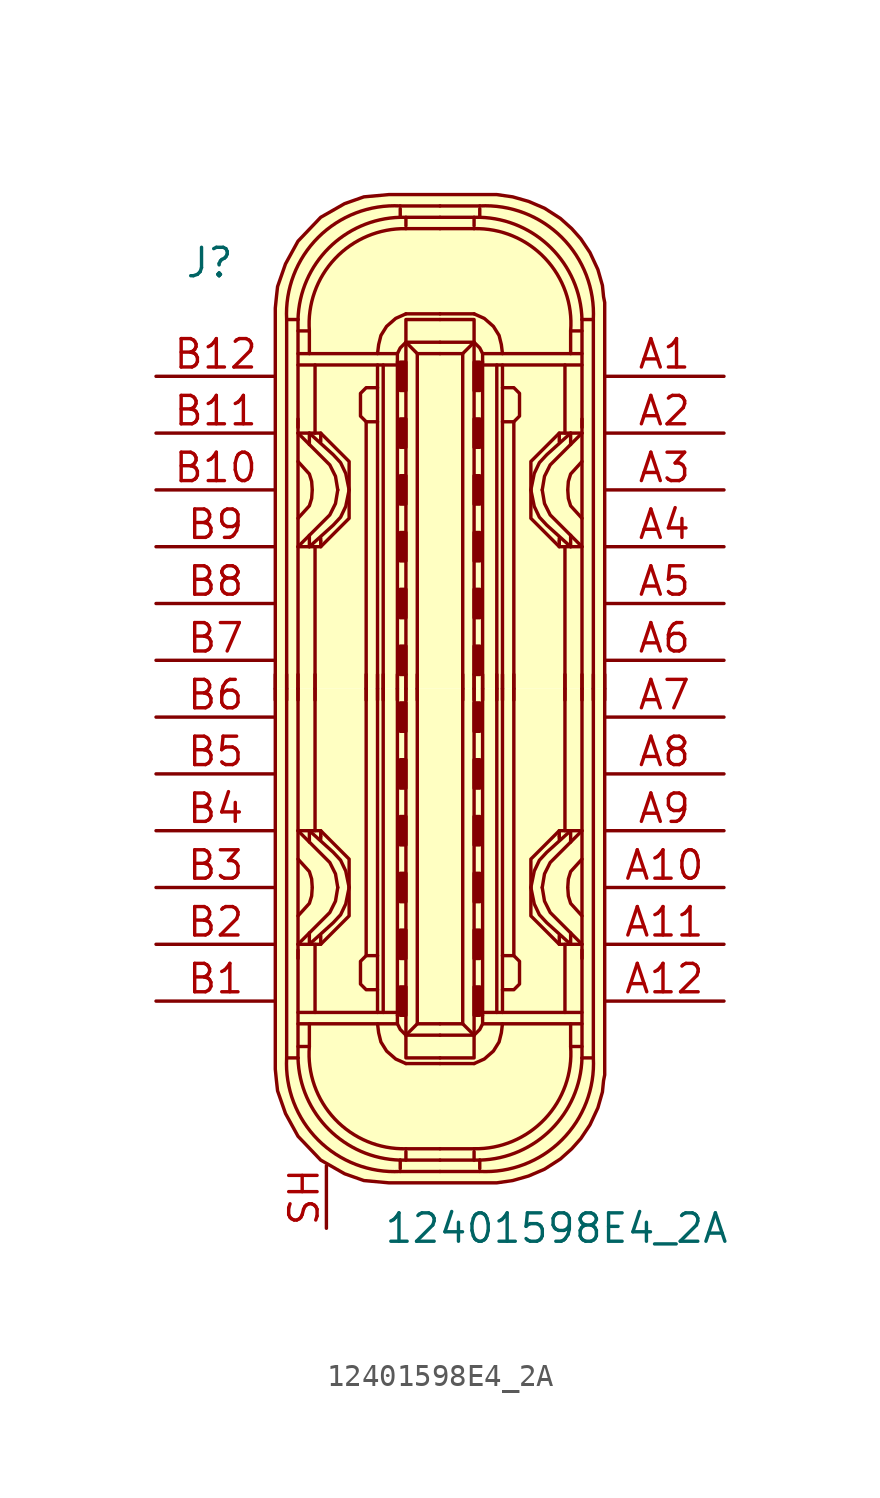
<source format=kicad_sym>
(kicad_symbol_lib
  (version 20220914)
  (generator kicad_symbol_editor)
  (symbol "12401598E4_2A"
    (pin_names
      (offset 1.016))
    (property "Reference" "J"
      (at -11.43 19.05 0)
      (effects (font (size 1.27 1.27)) (justify left)))
    (property "Value" "12401598E4_2A"
      (at -2.54 -24.13 0)
      (effects (font (size 1.27 1.27)) (justify left)))
    (symbol "12401598E4_2A_1_1"
      (arc (start -6.858 -16.51) (mid -5.4492 -20.1812) (end -1.778 -21.59) (stroke (width 0) (type solid)) (fill (type none)))
      (arc (start -6.35 -16.51) (mid -4.9749 -19.7069) (end -1.778 -21.082) (stroke (width 0) (type solid)) (fill (type none)))
      (arc (start -5.842 -16.002) (mid -4.6972 -19.2495) (end -1.524 -20.574) (stroke (width 0) (type solid)) (fill (type none)))
      (rectangle (start -1.778 -14.605) (end -1.524 -13.335) (stroke (width 0) (type solid)) (fill (type outline)))
      (rectangle (start -1.778 -12.065) (end -1.524 -10.795) (stroke (width 0) (type solid)) (fill (type outline)))
      (rectangle (start -1.778 -9.525) (end -1.524 -8.255) (stroke (width 0) (type solid)) (fill (type outline)))
      (rectangle (start -1.778 -6.985) (end -1.524 -5.715) (stroke (width 0) (type solid)) (fill (type outline)))
      (rectangle (start -1.778 -4.445) (end -1.524 -3.175) (stroke (width 0) (type solid)) (fill (type outline)))
      (rectangle (start -1.778 -1.905) (end -1.524 -0.635) (stroke (width 0) (type solid)) (fill (type outline)))
      (rectangle (start -1.778 1.905) (end -1.524 0.635) (stroke (width 0) (type solid)) (fill (type outline)))
      (rectangle (start -1.778 4.445) (end -1.524 3.175) (stroke (width 0) (type solid)) (fill (type outline)))
      (rectangle (start -1.778 6.985) (end -1.524 5.715) (stroke (width 0) (type solid)) (fill (type outline)))
      (rectangle (start -1.778 9.525) (end -1.524 8.255) (stroke (width 0) (type solid)) (fill (type outline)))
      (rectangle (start -1.778 12.065) (end -1.524 10.795) (stroke (width 0) (type solid)) (fill (type outline)))
      (rectangle (start -1.778 14.605) (end -1.524 13.335) (stroke (width 0) (type solid)) (fill (type outline)))
      (arc (start -1.778 21.082) (mid -4.9749 19.7069) (end -6.35 16.51) (stroke (width 0) (type solid)) (fill (type none)))
      (arc (start -1.778 21.59) (mid -5.4492 20.1812) (end -6.858 16.51) (stroke (width 0) (type solid)) (fill (type none)))
      (arc (start -1.524 20.574) (mid -4.6883 19.2412) (end -5.842 16.002) (stroke (width 0) (type solid)) (fill (type none)))
      (polyline (pts (xy -7.366 -0.508) (xy -7.366 0.635)) (stroke (width 0) (type solid)) (fill (type none)))
      (polyline (pts (xy -6.858 -0.508) (xy -6.858 0.635)) (stroke (width 0) (type solid)) (fill (type none)))
      (polyline (pts (xy -6.35 -14.986) (xy -1.905 -14.986)) (stroke (width 0) (type solid)) (fill (type none)))
      (polyline (pts (xy -6.35 -12.065) (xy -6.35 0)) (stroke (width 0) (type solid)) (fill (type none)))
      (polyline (pts (xy -6.35 -0.508) (xy -6.35 0.635)) (stroke (width 0) (type solid)) (fill (type none)))
      (polyline (pts (xy -6.35 12.065) (xy -6.35 0)) (stroke (width 0) (type solid)) (fill (type none)))
      (polyline (pts (xy -6.35 14.986) (xy -1.905 14.986)) (stroke (width 0) (type solid)) (fill (type none)))
      (polyline (pts (xy -5.842 -11.43) (xy -5.842 -10.922)) (stroke (width 0) (type solid)) (fill (type none)))
      (polyline (pts (xy -5.842 -6.35) (xy -5.842 -6.858)) (stroke (width 0) (type solid)) (fill (type none)))
      (polyline (pts (xy -5.842 6.35) (xy -5.842 6.858)) (stroke (width 0) (type solid)) (fill (type none)))
      (polyline (pts (xy -5.842 11.43) (xy -5.842 10.922)) (stroke (width 0) (type solid)) (fill (type none)))
      (polyline (pts (xy -5.588 -14.478) (xy -5.588 -11.43)) (stroke (width 0) (type solid)) (fill (type none)))
      (polyline (pts (xy -5.588 -6.35) (xy -5.588 0)) (stroke (width 0) (type solid)) (fill (type none)))
      (polyline (pts (xy -5.588 -0.508) (xy -5.588 0.635)) (stroke (width 0) (type solid)) (fill (type none)))
      (polyline (pts (xy -5.588 6.35) (xy -5.588 0)) (stroke (width 0) (type solid)) (fill (type none)))
      (polyline (pts (xy -5.588 14.478) (xy -5.588 11.43)) (stroke (width 0) (type solid)) (fill (type none)))
      (polyline (pts (xy -5.334 -11.43) (xy -5.334 -11.049)) (stroke (width 0) (type solid)) (fill (type none)))
      (polyline (pts (xy -5.334 -6.604) (xy -5.334 -6.731)) (stroke (width 0) (type solid)) (fill (type none)))
      (polyline (pts (xy -5.334 -6.35) (xy -5.334 -6.604)) (stroke (width 0) (type solid)) (fill (type none)))
      (polyline (pts (xy -5.334 6.35) (xy -5.334 6.604)) (stroke (width 0) (type solid)) (fill (type none)))
      (polyline (pts (xy -5.334 6.604) (xy -5.334 6.731)) (stroke (width 0) (type solid)) (fill (type none)))
      (polyline (pts (xy -5.334 11.43) (xy -5.334 11.049)) (stroke (width 0) (type solid)) (fill (type none)))
      (polyline (pts (xy -3.302 -0.508) (xy -3.302 0.635)) (stroke (width 0) (type solid)) (fill (type none)))
      (polyline (pts (xy -3.302 0) (xy -3.302 -11.938)) (stroke (width 0) (type solid)) (fill (type none)))
      (polyline (pts (xy -3.302 0) (xy -3.302 11.938)) (stroke (width 0) (type solid)) (fill (type none)))
      (polyline (pts (xy -2.794 -0.508) (xy -2.794 0.635)) (stroke (width 0) (type solid)) (fill (type none)))
      (polyline (pts (xy -2.794 0) (xy -2.794 -14.478)) (stroke (width 0) (type solid)) (fill (type none)))
      (polyline (pts (xy -2.794 0) (xy -2.794 14.478)) (stroke (width 0) (type solid)) (fill (type none)))
      (polyline (pts (xy -2.54 -14.478) (xy -2.54 0)) (stroke (width 0) (type solid)) (fill (type none)))
      (polyline (pts (xy -2.54 -0.508) (xy -2.54 0.635)) (stroke (width 0) (type solid)) (fill (type none)))
      (polyline (pts (xy -2.54 14.478) (xy -2.54 0)) (stroke (width 0) (type solid)) (fill (type none)))
      (polyline (pts (xy -1.905 -14.478) (xy -6.35 -14.478)) (stroke (width 0) (type solid)) (fill (type none)))
      (polyline (pts (xy -1.905 -0.508) (xy -1.905 0.635)) (stroke (width 0) (type solid)) (fill (type none)))
      (polyline (pts (xy -1.905 0) (xy -1.905 -14.605)) (stroke (width 0) (type solid)) (fill (type none)))
      (polyline (pts (xy -1.905 0) (xy -1.905 14.605)) (stroke (width 0) (type solid)) (fill (type none)))
      (polyline (pts (xy -1.905 14.478) (xy -6.35 14.478)) (stroke (width 0) (type solid)) (fill (type none)))
      (polyline (pts (xy -1.778 -21.59) (xy 0 -21.59)) (stroke (width 0) (type solid)) (fill (type background)))
      (polyline (pts (xy -1.778 -21.082) (xy -1.778 -21.463)) (stroke (width 0) (type solid)) (fill (type none)))
      (polyline (pts (xy -1.778 -21.082) (xy 0 -21.082)) (stroke (width 0) (type solid)) (fill (type none)))
      (polyline (pts (xy -1.778 21.082) (xy -1.778 21.463)) (stroke (width 0) (type solid)) (fill (type none)))
      (polyline (pts (xy -1.778 21.082) (xy 0 21.082)) (stroke (width 0) (type solid)) (fill (type none)))
      (polyline (pts (xy -1.778 21.59) (xy 0 21.59)) (stroke (width 0) (type solid)) (fill (type background)))
      (polyline (pts (xy -1.524 -20.701) (xy -1.524 -21.082)) (stroke (width 0) (type solid)) (fill (type none)))
      (polyline (pts (xy -1.524 -20.574) (xy 0 -20.574)) (stroke (width 0) (type solid)) (fill (type none)))
      (polyline (pts (xy -1.524 -0.508) (xy -1.524 0.635)) (stroke (width 0) (type solid)) (fill (type none)))
      (polyline (pts (xy -1.524 20.574) (xy 0 20.574)) (stroke (width 0) (type solid)) (fill (type none)))
      (polyline (pts (xy -1.524 20.701) (xy -1.524 21.082)) (stroke (width 0) (type solid)) (fill (type none)))
      (polyline (pts (xy -1.016 -14.986) (xy -1.524 -15.494)) (stroke (width 0) (type solid)) (fill (type none)))
      (polyline (pts (xy -1.016 -0.508) (xy -1.016 0.635)) (stroke (width 0) (type solid)) (fill (type none)))
      (polyline (pts (xy -1.016 14.986) (xy -1.524 15.494)) (stroke (width 0) (type solid)) (fill (type none)))
      (polyline (pts (xy 0 -16.764) (xy -1.524 -16.764)) (stroke (width 0) (type solid)) (fill (type none)))
      (polyline (pts (xy 0 -16.764) (xy 1.524 -16.764)) (stroke (width 0) (type solid)) (fill (type none)))
      (polyline (pts (xy 0 16.764) (xy -1.524 16.764)) (stroke (width 0) (type solid)) (fill (type none)))
      (polyline (pts (xy 0 16.764) (xy 1.524 16.764)) (stroke (width 0) (type solid)) (fill (type none)))
      (polyline (pts (xy 1.016 -14.986) (xy 1.524 -15.494)) (stroke (width 0) (type solid)) (fill (type none)))
      (polyline (pts (xy 1.016 -0.508) (xy 1.016 0.635)) (stroke (width 0) (type solid)) (fill (type none)))
      (polyline (pts (xy 1.016 14.986) (xy 1.524 15.494)) (stroke (width 0) (type solid)) (fill (type none)))
      (polyline (pts (xy 1.524 -20.701) (xy 1.524 -21.082)) (stroke (width 0) (type solid)) (fill (type none)))
      (polyline (pts (xy 1.524 -20.574) (xy 0 -20.574)) (stroke (width 0) (type solid)) (fill (type none)))
      (polyline (pts (xy 1.524 -0.508) (xy 1.524 0.635)) (stroke (width 0) (type solid)) (fill (type none)))
      (polyline (pts (xy 1.524 20.574) (xy 0 20.574)) (stroke (width 0) (type solid)) (fill (type none)))
      (polyline (pts (xy 1.524 20.701) (xy 1.524 21.082)) (stroke (width 0) (type solid)) (fill (type none)))
      (polyline (pts (xy 1.778 -21.59) (xy 0 -21.59)) (stroke (width 0) (type solid)) (fill (type background)))
      (polyline (pts (xy 1.778 -21.082) (xy 0 -21.082)) (stroke (width 0) (type solid)) (fill (type none)))
      (polyline (pts (xy 1.778 -21.082) (xy 1.778 -21.463)) (stroke (width 0) (type solid)) (fill (type none)))
      (polyline (pts (xy 1.778 21.082) (xy 0 21.082)) (stroke (width 0) (type solid)) (fill (type none)))
      (polyline (pts (xy 1.778 21.082) (xy 1.778 21.463)) (stroke (width 0) (type solid)) (fill (type none)))
      (polyline (pts (xy 1.778 21.59) (xy 0 21.59)) (stroke (width 0) (type solid)) (fill (type background)))
      (polyline (pts (xy 1.905 -14.478) (xy 6.35 -14.478)) (stroke (width 0) (type solid)) (fill (type none)))
      (polyline (pts (xy 1.905 -0.508) (xy 1.905 0.635)) (stroke (width 0) (type solid)) (fill (type none)))
      (polyline (pts (xy 1.905 0) (xy 1.905 -14.605)) (stroke (width 0) (type solid)) (fill (type none)))
      (polyline (pts (xy 1.905 0) (xy 1.905 14.605)) (stroke (width 0) (type solid)) (fill (type none)))
      (polyline (pts (xy 1.905 14.478) (xy 6.35 14.478)) (stroke (width 0) (type solid)) (fill (type none)))
      (polyline (pts (xy 2.54 -14.478) (xy 2.54 0)) (stroke (width 0) (type solid)) (fill (type none)))
      (polyline (pts (xy 2.54 -0.508) (xy 2.54 0.635)) (stroke (width 0) (type solid)) (fill (type none)))
      (polyline (pts (xy 2.54 14.478) (xy 2.54 0)) (stroke (width 0) (type solid)) (fill (type none)))
      (polyline (pts (xy 2.794 -0.508) (xy 2.794 0.635)) (stroke (width 0) (type solid)) (fill (type none)))
      (polyline (pts (xy 2.794 0) (xy 2.794 -14.478)) (stroke (width 0) (type solid)) (fill (type none)))
      (polyline (pts (xy 2.794 0) (xy 2.794 14.478)) (stroke (width 0) (type solid)) (fill (type none)))
      (polyline (pts (xy 3.302 -0.508) (xy 3.302 0.635)) (stroke (width 0) (type solid)) (fill (type none)))
      (polyline (pts (xy 3.302 0) (xy 3.302 -11.938)) (stroke (width 0) (type solid)) (fill (type none)))
      (polyline (pts (xy 3.302 0) (xy 3.302 11.938)) (stroke (width 0) (type solid)) (fill (type none)))
      (polyline (pts (xy 5.334 -11.43) (xy 5.334 -11.049)) (stroke (width 0) (type solid)) (fill (type none)))
      (polyline (pts (xy 5.334 -6.604) (xy 5.334 -6.731)) (stroke (width 0) (type solid)) (fill (type none)))
      (polyline (pts (xy 5.334 -6.35) (xy 5.334 -6.604)) (stroke (width 0) (type solid)) (fill (type none)))
      (polyline (pts (xy 5.334 6.35) (xy 5.334 6.604)) (stroke (width 0) (type solid)) (fill (type none)))
      (polyline (pts (xy 5.334 6.604) (xy 5.334 6.731)) (stroke (width 0) (type solid)) (fill (type none)))
      (polyline (pts (xy 5.334 11.43) (xy 5.334 11.049)) (stroke (width 0) (type solid)) (fill (type none)))
      (polyline (pts (xy 5.588 -14.478) (xy 5.588 -11.43)) (stroke (width 0) (type solid)) (fill (type none)))
      (polyline (pts (xy 5.588 -6.35) (xy 5.588 0)) (stroke (width 0) (type solid)) (fill (type none)))
      (polyline (pts (xy 5.588 -0.508) (xy 5.588 0.635)) (stroke (width 0) (type solid)) (fill (type none)))
      (polyline (pts (xy 5.588 6.35) (xy 5.588 0)) (stroke (width 0) (type solid)) (fill (type none)))
      (polyline (pts (xy 5.588 14.478) (xy 5.588 11.43)) (stroke (width 0) (type solid)) (fill (type none)))
      (polyline (pts (xy 5.842 -11.43) (xy 5.842 -10.922)) (stroke (width 0) (type solid)) (fill (type none)))
      (polyline (pts (xy 5.842 -6.35) (xy 5.842 -6.858)) (stroke (width 0) (type solid)) (fill (type none)))
      (polyline (pts (xy 5.842 6.35) (xy 5.842 6.858)) (stroke (width 0) (type solid)) (fill (type none)))
      (polyline (pts (xy 5.842 11.43) (xy 5.842 10.922)) (stroke (width 0) (type solid)) (fill (type none)))
      (polyline (pts (xy 6.35 -14.986) (xy 1.905 -14.986)) (stroke (width 0) (type solid)) (fill (type none)))
      (polyline (pts (xy 6.35 -12.065) (xy 6.35 0)) (stroke (width 0) (type solid)) (fill (type none)))
      (polyline (pts (xy 6.35 -0.508) (xy 6.35 0.635)) (stroke (width 0) (type solid)) (fill (type none)))
      (polyline (pts (xy 6.35 12.065) (xy 6.35 0)) (stroke (width 0) (type solid)) (fill (type none)))
      (polyline (pts (xy 6.35 14.986) (xy 1.905 14.986)) (stroke (width 0) (type solid)) (fill (type none)))
      (polyline (pts (xy 6.858 -0.508) (xy 6.858 0.635)) (stroke (width 0) (type solid)) (fill (type none)))
      (polyline (pts (xy 7.366 -0.508) (xy 7.366 0.635)) (stroke (width 0) (type solid)) (fill (type none)))
      (polyline (pts (xy -6.35 -16.51) (xy -6.858 -16.51) (xy -6.858 0)) (stroke (width 0) (type solid)) (fill (type none)))
      (polyline (pts (xy -6.35 -11.684) (xy -6.35 -15.875) (xy -6.35 -16.51)) (stroke (width 0) (type solid)) (fill (type none)))
      (polyline (pts (xy -6.35 11.684) (xy -6.35 15.875) (xy -6.35 16.51)) (stroke (width 0) (type solid)) (fill (type none)))
      (polyline (pts (xy -6.35 16.51) (xy -6.858 16.51) (xy -6.858 0)) (stroke (width 0) (type solid)) (fill (type none)))
      (polyline (pts (xy -5.842 -14.986) (xy -5.842 -16.002) (xy -6.35 -16.002)) (stroke (width 0) (type solid)) (fill (type none)))
      (polyline (pts (xy -5.842 14.986) (xy -5.842 16.002) (xy -6.35 16.002)) (stroke (width 0) (type solid)) (fill (type none)))
      (polyline (pts (xy -1.524 0) (xy -1.524 -15.494) (xy 0 -15.494)) (stroke (width 0) (type solid)) (fill (type none)))
      (polyline (pts (xy -1.524 0) (xy -1.524 15.494) (xy 0 15.494)) (stroke (width 0) (type solid)) (fill (type none)))
      (polyline (pts (xy -1.016 0) (xy -1.016 -14.986) (xy 0 -14.986)) (stroke (width 0) (type solid)) (fill (type none)))
      (polyline (pts (xy -1.016 0) (xy -1.016 14.986) (xy 0 14.986)) (stroke (width 0) (type solid)) (fill (type none)))
      (polyline (pts (xy 1.016 0) (xy 1.016 -14.986) (xy 0 -14.986)) (stroke (width 0) (type solid)) (fill (type none)))
      (polyline (pts (xy 1.016 0) (xy 1.016 14.986) (xy 0 14.986)) (stroke (width 0) (type solid)) (fill (type none)))
      (polyline (pts (xy 1.524 0) (xy 1.524 -15.494) (xy 0 -15.494)) (stroke (width 0) (type solid)) (fill (type none)))
      (polyline (pts (xy 1.524 0) (xy 1.524 15.494) (xy 0 15.494)) (stroke (width 0) (type solid)) (fill (type none)))
      (polyline (pts (xy 5.842 -14.986) (xy 5.842 -16.002) (xy 6.35 -16.002)) (stroke (width 0) (type solid)) (fill (type none)))
      (polyline (pts (xy 5.842 14.986) (xy 5.842 16.002) (xy 6.35 16.002)) (stroke (width 0) (type solid)) (fill (type none)))
      (polyline (pts (xy 6.35 -16.51) (xy 6.858 -16.51) (xy 6.858 0)) (stroke (width 0) (type solid)) (fill (type none)))
      (polyline (pts (xy 6.35 -11.684) (xy 6.35 -15.875) (xy 6.35 -16.51)) (stroke (width 0) (type solid)) (fill (type none)))
      (polyline (pts (xy 6.35 11.684) (xy 6.35 15.875) (xy 6.35 16.51)) (stroke (width 0) (type solid)) (fill (type none)))
      (polyline (pts (xy 6.35 16.51) (xy 6.858 16.51) (xy 6.858 0)) (stroke (width 0) (type solid)) (fill (type none)))
      (polyline (pts (xy -6.35 -11.43) (xy -4.928 -10.008) (xy -4.674 -9.5) (xy -4.572 -8.89)) (stroke (width 0) (type solid)) (fill (type none)))
      (polyline (pts (xy -6.35 -10.16) (xy -5.842 -9.601) (xy -5.74 -9.271) (xy -5.715 -8.915)) (stroke (width 0) (type solid)) (fill (type none)))
      (polyline (pts (xy -6.35 -7.62) (xy -5.842 -8.179) (xy -5.74 -8.509) (xy -5.715 -8.865)) (stroke (width 0) (type solid)) (fill (type none)))
      (polyline (pts (xy -6.35 -6.35) (xy -4.928 -7.772) (xy -4.674 -8.28) (xy -4.572 -8.89)) (stroke (width 0) (type solid)) (fill (type none)))
      (polyline (pts (xy -6.35 6.35) (xy -4.928 7.772) (xy -4.674 8.28) (xy -4.572 8.89)) (stroke (width 0) (type solid)) (fill (type none)))
      (polyline (pts (xy -6.35 7.62) (xy -5.842 8.179) (xy -5.74 8.509) (xy -5.715 8.865)) (stroke (width 0) (type solid)) (fill (type none)))
      (polyline (pts (xy -6.35 10.16) (xy -5.842 9.601) (xy -5.74 9.271) (xy -5.715 8.915)) (stroke (width 0) (type solid)) (fill (type none)))
      (polyline (pts (xy -6.35 11.43) (xy -4.928 10.008) (xy -4.674 9.5) (xy -4.572 8.89)) (stroke (width 0) (type solid)) (fill (type none)))
      (polyline (pts (xy -1.905 -14.605) (xy -1.905 -14.986) (xy -1.778 -15.24) (xy -1.524 -15.494)) (stroke (width 0) (type solid)) (fill (type none)))
      (polyline (pts (xy -1.905 14.605) (xy -1.905 14.986) (xy -1.778 15.24) (xy -1.524 15.494)) (stroke (width 0) (type solid)) (fill (type none)))
      (polyline (pts (xy 0 -16.51) (xy -1.397 -16.51) (xy -1.524 -16.51) (xy -1.524 -15.494)) (stroke (width 0) (type solid)) (fill (type none)))
      (polyline (pts (xy 0 -16.51) (xy 1.397 -16.51) (xy 1.524 -16.51) (xy 1.524 -15.494)) (stroke (width 0) (type solid)) (fill (type none)))
      (polyline (pts (xy 0 16.51) (xy -1.397 16.51) (xy -1.524 16.51) (xy -1.524 15.494)) (stroke (width 0) (type solid)) (fill (type none)))
      (polyline (pts (xy 0 16.51) (xy 1.397 16.51) (xy 1.524 16.51) (xy 1.524 15.494)) (stroke (width 0) (type solid)) (fill (type none)))
      (polyline (pts (xy 1.905 -14.605) (xy 1.905 -14.986) (xy 1.778 -15.24) (xy 1.524 -15.494)) (stroke (width 0) (type solid)) (fill (type none)))
      (polyline (pts (xy 1.905 14.605) (xy 1.905 14.986) (xy 1.778 15.24) (xy 1.524 15.494)) (stroke (width 0) (type solid)) (fill (type none)))
      (polyline (pts (xy 6.35 -11.43) (xy 4.928 -10.008) (xy 4.674 -9.5) (xy 4.572 -8.89)) (stroke (width 0) (type solid)) (fill (type none)))
      (polyline (pts (xy 6.35 -10.16) (xy 5.842 -9.601) (xy 5.74 -9.271) (xy 5.715 -8.915)) (stroke (width 0) (type solid)) (fill (type none)))
      (polyline (pts (xy 6.35 -7.62) (xy 5.842 -8.179) (xy 5.74 -8.509) (xy 5.715 -8.865)) (stroke (width 0) (type solid)) (fill (type none)))
      (polyline (pts (xy 6.35 -6.35) (xy 4.928 -7.772) (xy 4.674 -8.28) (xy 4.572 -8.89)) (stroke (width 0) (type solid)) (fill (type none)))
      (polyline (pts (xy 6.35 6.35) (xy 4.928 7.772) (xy 4.674 8.28) (xy 4.572 8.89)) (stroke (width 0) (type solid)) (fill (type none)))
      (polyline (pts (xy 6.35 7.62) (xy 5.842 8.179) (xy 5.74 8.509) (xy 5.715 8.865)) (stroke (width 0) (type solid)) (fill (type none)))
      (polyline (pts (xy 6.35 10.16) (xy 5.842 9.601) (xy 5.74 9.271) (xy 5.715 8.915)) (stroke (width 0) (type solid)) (fill (type none)))
      (polyline (pts (xy 6.35 11.43) (xy 4.928 10.008) (xy 4.674 9.5) (xy 4.572 8.89)) (stroke (width 0) (type solid)) (fill (type none)))
      (polyline (pts (xy -5.842 -11.43) (xy -4.775 -10.465) (xy -4.445 -10.109) (xy -4.216 -9.627) (xy -4.064 -8.89)) (stroke (width 0) (type solid)) (fill (type none)))
      (polyline (pts (xy -5.842 -6.35) (xy -4.775 -7.315) (xy -4.445 -7.671) (xy -4.216 -8.153) (xy -4.064 -8.89)) (stroke (width 0) (type solid)) (fill (type none)))
      (polyline (pts (xy -5.842 6.35) (xy -4.775 7.315) (xy -4.445 7.671) (xy -4.216 8.153) (xy -4.064 8.89)) (stroke (width 0) (type solid)) (fill (type none)))
      (polyline (pts (xy -5.842 11.43) (xy -4.775 10.465) (xy -4.445 10.109) (xy -4.216 9.627) (xy -4.064 8.89)) (stroke (width 0) (type solid)) (fill (type none)))
      (polyline (pts (xy 5.842 -11.43) (xy 4.775 -10.465) (xy 4.445 -10.109) (xy 4.216 -9.627) (xy 4.064 -8.89)) (stroke (width 0) (type solid)) (fill (type none)))
      (polyline (pts (xy 5.842 -6.35) (xy 4.775 -7.315) (xy 4.445 -7.671) (xy 4.216 -8.153) (xy 4.064 -8.89)) (stroke (width 0) (type solid)) (fill (type none)))
      (polyline (pts (xy 5.842 6.35) (xy 4.775 7.315) (xy 4.445 7.671) (xy 4.216 8.153) (xy 4.064 8.89)) (stroke (width 0) (type solid)) (fill (type none)))
      (polyline (pts (xy 5.842 11.43) (xy 4.775 10.465) (xy 4.445 10.109) (xy 4.216 9.627) (xy 4.064 8.89)) (stroke (width 0) (type solid)) (fill (type none)))
      (polyline (pts (xy -6.35 -11.43) (xy -5.334 -11.43) (xy -4.064 -10.16) (xy -4.064 -7.62) (xy -5.334 -6.35) (xy -6.35 -6.35)) (stroke (width 0) (type solid)) (fill (type none)))
      (polyline (pts (xy -6.35 11.43) (xy -5.334 11.43) (xy -4.064 10.16) (xy -4.064 7.62) (xy -5.334 6.35) (xy -6.35 6.35)) (stroke (width 0) (type solid)) (fill (type none)))
      (polyline (pts (xy -2.794 -14.986) (xy -2.743 -15.392) (xy -2.642 -15.799) (xy -2.388 -16.205) (xy -1.981 -16.561) (xy -1.524 -16.764)) (stroke (width 0) (type solid)) (fill (type none)))
      (polyline (pts (xy -2.794 -13.462) (xy -3.302 -13.462) (xy -3.556 -13.208) (xy -3.556 -12.192) (xy -3.302 -11.938) (xy -2.794 -11.938)) (stroke (width 0) (type solid)) (fill (type none)))
      (polyline (pts (xy -2.794 13.462) (xy -3.302 13.462) (xy -3.556 13.208) (xy -3.556 12.192) (xy -3.302 11.938) (xy -2.794 11.938)) (stroke (width 0) (type solid)) (fill (type none)))
      (polyline (pts (xy -2.794 14.986) (xy -2.743 15.392) (xy -2.642 15.799) (xy -2.388 16.205) (xy -1.981 16.561) (xy -1.524 16.764)) (stroke (width 0) (type solid)) (fill (type none)))
      (polyline (pts (xy 2.794 -14.986) (xy 2.743 -15.392) (xy 2.642 -15.799) (xy 2.388 -16.205) (xy 1.981 -16.561) (xy 1.524 -16.764)) (stroke (width 0) (type solid)) (fill (type none)))
      (polyline (pts (xy 2.794 -13.462) (xy 3.302 -13.462) (xy 3.556 -13.208) (xy 3.556 -12.192) (xy 3.302 -11.938) (xy 2.794 -11.938)) (stroke (width 0) (type solid)) (fill (type none)))
      (polyline (pts (xy 2.794 13.462) (xy 3.302 13.462) (xy 3.556 13.208) (xy 3.556 12.192) (xy 3.302 11.938) (xy 2.794 11.938)) (stroke (width 0) (type solid)) (fill (type none)))
      (polyline (pts (xy 2.794 14.986) (xy 2.743 15.392) (xy 2.642 15.799) (xy 2.388 16.205) (xy 1.981 16.561) (xy 1.524 16.764)) (stroke (width 0) (type solid)) (fill (type none)))
      (polyline (pts (xy 6.35 -11.43) (xy 5.334 -11.43) (xy 4.064 -10.16) (xy 4.064 -7.62) (xy 5.334 -6.35) (xy 6.35 -6.35)) (stroke (width 0) (type solid)) (fill (type none)))
      (polyline (pts (xy 6.35 11.43) (xy 5.334 11.43) (xy 4.064 10.16) (xy 4.064 7.62) (xy 5.334 6.35) (xy 6.35 6.35)) (stroke (width 0) (type solid)) (fill (type none)))
      (polyline (pts (xy 7.366 0) (xy 7.366 -17.018) (xy 7.366 -17.272) (xy 7.315 -17.526) (xy 7.264 -18.034) (xy 7.061 -18.745) (xy 6.706 -19.507) (xy 6.299 -20.117) (xy 5.893 -20.574) (xy 5.385 -21.031) (xy 4.674 -21.488) (xy 3.962 -21.793) (xy 3.251 -21.996) (xy 2.54 -22.098) (xy -2.286 -22.098) (xy -3.404 -21.996) (xy -4.267 -21.692) (xy -5.334 -21.082) (xy -6.35 -20.015) (xy -6.909 -18.999) (xy -7.264 -17.983) (xy -7.315 -17.526) (xy -7.366 -17.018) (xy -7.366 0)) (stroke (width 0) (type solid)) (fill (type background)))
      (polyline (pts (xy 7.366 0) (xy 7.366 17.018) (xy 7.366 17.272) (xy 7.315 17.526) (xy 7.264 18.034) (xy 7.061 18.745) (xy 6.706 19.507) (xy 6.299 20.117) (xy 5.893 20.574) (xy 5.385 21.031) (xy 4.674 21.488) (xy 3.962 21.793) (xy 3.251 21.996) (xy 2.54 22.098) (xy -2.286 22.098) (xy -3.404 21.996) (xy -4.267 21.692) (xy -5.334 21.082) (xy -6.35 20.015) (xy -6.909 18.999) (xy -7.264 17.983) (xy -7.315 17.526) (xy -7.366 17.018) (xy -7.366 0)) (stroke (width 0) (type solid)) (fill (type background)))
      (arc (start 1.524 -20.574) (mid 4.6883 -19.2412) (end 5.842 -16.002) (stroke (width 0) (type solid)) (fill (type none)))
      (arc (start 1.778 -21.59) (mid 5.4492 -20.1812) (end 6.858 -16.51) (stroke (width 0) (type solid)) (fill (type none)))
      (arc (start 1.778 -21.082) (mid 4.9749 -19.7069) (end 6.35 -16.51) (stroke (width 0) (type solid)) (fill (type none)))
      (rectangle (start 1.778 -14.605) (end 1.524 -13.335) (stroke (width 0) (type solid)) (fill (type outline)))
      (rectangle (start 1.778 -12.065) (end 1.524 -10.795) (stroke (width 0) (type solid)) (fill (type outline)))
      (rectangle (start 1.778 -9.525) (end 1.524 -8.255) (stroke (width 0) (type solid)) (fill (type outline)))
      (rectangle (start 1.778 -6.985) (end 1.524 -5.715) (stroke (width 0) (type solid)) (fill (type outline)))
      (rectangle (start 1.778 -4.445) (end 1.524 -3.175) (stroke (width 0) (type solid)) (fill (type outline)))
      (rectangle (start 1.778 -1.905) (end 1.524 -0.635) (stroke (width 0) (type solid)) (fill (type outline)))
      (rectangle (start 1.778 1.905) (end 1.524 0.635) (stroke (width 0) (type solid)) (fill (type outline)))
      (rectangle (start 1.778 4.445) (end 1.524 3.175) (stroke (width 0) (type solid)) (fill (type outline)))
      (rectangle (start 1.778 6.985) (end 1.524 5.715) (stroke (width 0) (type solid)) (fill (type outline)))
      (rectangle (start 1.778 9.525) (end 1.524 8.255) (stroke (width 0) (type solid)) (fill (type outline)))
      (rectangle (start 1.778 12.065) (end 1.524 10.795) (stroke (width 0) (type solid)) (fill (type outline)))
      (rectangle (start 1.778 14.605) (end 1.524 13.335) (stroke (width 0) (type solid)) (fill (type outline)))
      (arc (start 5.842 16.002) (mid 4.6972 19.2495) (end 1.524 20.574) (stroke (width 0) (type solid)) (fill (type none)))
      (arc (start 6.35 16.51) (mid 4.9749 19.7069) (end 1.778 21.082) (stroke (width 0) (type solid)) (fill (type none)))
      (arc (start 6.858 16.51) (mid 5.4492 20.1812) (end 1.778 21.59) (stroke (width 0) (type solid)) (fill (type none)))
      (pin passive line (at 12.7 13.97 180) (length 5.334) (name "~" (effects (font (size 1.27 1.27)))) (number "A1" (effects (font (size 1.27 1.27)))))
      (pin passive line (at 12.7 -8.89 180) (length 5.334) (name "~" (effects (font (size 1.27 1.27)))) (number "A10" (effects (font (size 1.27 1.27)))))
      (pin passive line (at 12.7 -11.43 180) (length 5.334) (name "~" (effects (font (size 1.27 1.27)))) (number "A11" (effects (font (size 1.27 1.27)))))
      (pin passive line (at 12.7 -13.97 180) (length 5.334) (name "~" (effects (font (size 1.27 1.27)))) (number "A12" (effects (font (size 1.27 1.27)))))
      (pin passive line (at 12.7 11.43 180) (length 5.334) (name "~" (effects (font (size 1.27 1.27)))) (number "A2" (effects (font (size 1.27 1.27)))))
      (pin passive line (at 12.7 8.89 180) (length 5.334) (name "~" (effects (font (size 1.27 1.27)))) (number "A3" (effects (font (size 1.27 1.27)))))
      (pin passive line (at 12.7 6.35 180) (length 5.334) (name "~" (effects (font (size 1.27 1.27)))) (number "A4" (effects (font (size 1.27 1.27)))))
      (pin passive line (at 12.7 3.81 180) (length 5.334) (name "~" (effects (font (size 1.27 1.27)))) (number "A5" (effects (font (size 1.27 1.27)))))
      (pin passive line (at 12.7 1.27 180) (length 5.334) (name "~" (effects (font (size 1.27 1.27)))) (number "A6" (effects (font (size 1.27 1.27)))))
      (pin passive line (at 12.7 -1.27 180) (length 5.334) (name "~" (effects (font (size 1.27 1.27)))) (number "A7" (effects (font (size 1.27 1.27)))))
      (pin passive line (at 12.7 -3.81 180) (length 5.334) (name "~" (effects (font (size 1.27 1.27)))) (number "A8" (effects (font (size 1.27 1.27)))))
      (pin passive line (at 12.7 -6.35 180) (length 5.334) (name "~" (effects (font (size 1.27 1.27)))) (number "A9" (effects (font (size 1.27 1.27)))))
      (pin passive line (at -12.7 -13.97 0) (length 5.334) (name "~" (effects (font (size 1.27 1.27)))) (number "B1" (effects (font (size 1.27 1.27)))))
      (pin passive line (at -12.7 8.89 0) (length 5.334) (name "~" (effects (font (size 1.27 1.27)))) (number "B10" (effects (font (size 1.27 1.27)))))
      (pin passive line (at -12.7 11.43 0) (length 5.334) (name "~" (effects (font (size 1.27 1.27)))) (number "B11" (effects (font (size 1.27 1.27)))))
      (pin passive line (at -12.7 13.97 0) (length 5.334) (name "~" (effects (font (size 1.27 1.27)))) (number "B12" (effects (font (size 1.27 1.27)))))
      (pin passive line (at -12.7 -11.43 0) (length 5.334) (name "~" (effects (font (size 1.27 1.27)))) (number "B2" (effects (font (size 1.27 1.27)))))
      (pin passive line (at -12.7 -8.89 0) (length 5.334) (name "~" (effects (font (size 1.27 1.27)))) (number "B3" (effects (font (size 1.27 1.27)))))
      (pin passive line (at -12.7 -6.35 0) (length 5.334) (name "~" (effects (font (size 1.27 1.27)))) (number "B4" (effects (font (size 1.27 1.27)))))
      (pin passive line (at -12.7 -3.81 0) (length 5.334) (name "~" (effects (font (size 1.27 1.27)))) (number "B5" (effects (font (size 1.27 1.27)))))
      (pin passive line (at -12.7 -1.27 0) (length 5.334) (name "~" (effects (font (size 1.27 1.27)))) (number "B6" (effects (font (size 1.27 1.27)))))
      (pin passive line (at -12.7 1.27 0) (length 5.334) (name "~" (effects (font (size 1.27 1.27)))) (number "B7" (effects (font (size 1.27 1.27)))))
      (pin passive line (at -12.7 3.81 0) (length 5.334) (name "~" (effects (font (size 1.27 1.27)))) (number "B8" (effects (font (size 1.27 1.27)))))
      (pin passive line (at -12.7 6.35 0) (length 5.334) (name "~" (effects (font (size 1.27 1.27)))) (number "B9" (effects (font (size 1.27 1.27)))))
      (pin input line (at -5.08 -24.13 90) (length 2.794) (name "~" (effects (font (size 1.27 1.27)))) (number "SH" (effects (font (size 1.27 1.27))))))))
</source>
